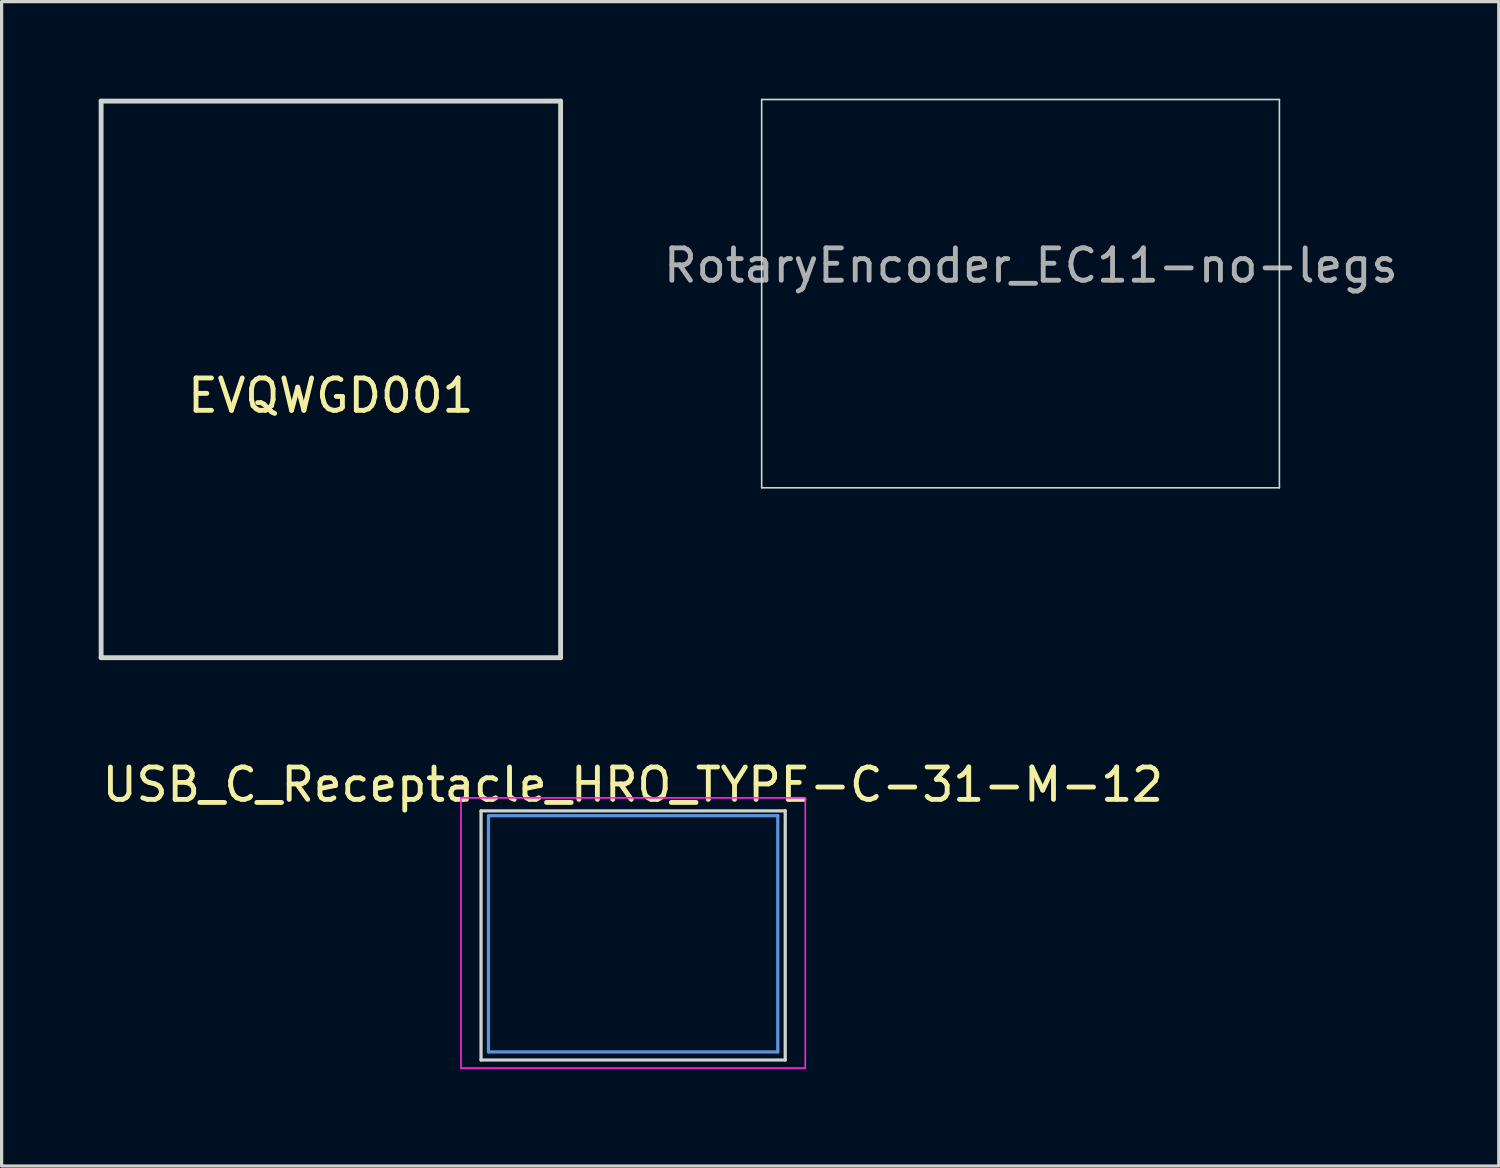
<source format=kicad_pcb>
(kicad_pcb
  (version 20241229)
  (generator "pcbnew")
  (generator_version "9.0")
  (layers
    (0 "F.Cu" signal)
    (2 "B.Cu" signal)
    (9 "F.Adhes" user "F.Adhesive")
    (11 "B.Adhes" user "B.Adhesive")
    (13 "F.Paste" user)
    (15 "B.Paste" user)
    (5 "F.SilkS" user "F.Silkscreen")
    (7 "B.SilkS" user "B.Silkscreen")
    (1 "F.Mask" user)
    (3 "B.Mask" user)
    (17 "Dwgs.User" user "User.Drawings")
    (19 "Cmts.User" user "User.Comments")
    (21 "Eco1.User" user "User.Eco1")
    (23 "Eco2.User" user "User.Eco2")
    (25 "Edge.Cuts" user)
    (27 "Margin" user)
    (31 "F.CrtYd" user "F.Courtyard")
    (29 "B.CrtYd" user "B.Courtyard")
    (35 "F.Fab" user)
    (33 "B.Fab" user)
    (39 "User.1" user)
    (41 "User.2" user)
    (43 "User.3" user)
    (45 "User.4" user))
  (footprint "RotaryEncoder_EC11-no-legs"
    (layer "F.Cu")
    (at 28.488 6.025)
    (property "Reference" "RotaryEncoder_EC11-no-legs" (at 0.32 -0.87 0) (layer "F.Fab") (effects (font (size 1 1) (thickness 0.15))))
    (attr through_hole)
    (fp_line (start -8 -6) (end -8 6) (stroke (width 0.05) (type solid)) (layer "Edge.Cuts"))
    (fp_line (start -8 -6) (end 8 -6) (stroke (width 0.05) (type solid)) (layer "Edge.Cuts"))
    (fp_line (start 8 6) (end -8 6) (stroke (width 0.05) (type solid)) (layer "Edge.Cuts"))
    (fp_line (start 8 6) (end 8 -6) (stroke (width 0.05) (type solid)) (layer "Edge.Cuts")))
  (footprint "USB_C_Receptacle_HRO_TYPE-C-31-M-12"
    (layer "F.Cu")
    (at 16.516 25.808)
    (property "Reference" "USB_C_Receptacle_HRO_TYPE-C-31-M-12" (at -0.01 -4.61 180) (layer "F.SilkS") (effects (font (size 1 1) (thickness 0.15))))
    (attr smd)
    (fp_line (start -4.47 -3.65) (end -4.47 3.65) (stroke (width 0.1) (type solid)) (layer "Cmts.User"))
    (fp_line (start -4.47 -3.65) (end 4.47 -3.65) (stroke (width 0.1) (type solid)) (layer "Cmts.User"))
    (fp_line (start -4.47 3.65) (end 4.47 3.65) (stroke (width 0.1) (type solid)) (layer "Cmts.User"))
    (fp_line (start 4.47 -3.65) (end 4.47 3.65) (stroke (width 0.1) (type solid)) (layer "Cmts.User"))
    (fp_line (start -4.7 -3.8) (end -4.7 3.9) (stroke (width 0.1) (type solid)) (layer "Edge.Cuts"))
    (fp_line (start -4.7 -3.8) (end 4.7 -3.8) (stroke (width 0.1) (type solid)) (layer "Edge.Cuts"))
    (fp_line (start -4.7 3.9) (end 4.7 3.9) (stroke (width 0.1) (type solid)) (layer "Edge.Cuts"))
    (fp_line (start 4.7 -3.8) (end 4.7 3.9) (stroke (width 0.1) (type solid)) (layer "Edge.Cuts"))
    (fp_line (start -5.32 -4.2) (end -5.32 4.15) (stroke (width 0.05) (type solid)) (layer "F.CrtYd"))
    (fp_line (start -5.32 -4.2) (end 5.32 -4.2) (stroke (width 0.05) (type solid)) (layer "F.CrtYd"))
    (fp_line (start -5.32 4.15) (end 5.32 4.15) (stroke (width 0.05) (type solid)) (layer "F.CrtYd"))
    (fp_line (start 5.32 -4.2) (end 5.32 4.15) (stroke (width 0.05) (type solid)) (layer "F.CrtYd")))
  (footprint "EVQWGD001"
    (layer "F.Cu")
    (at 7.175 8.675)
    (property "Reference" "EVQWGD001" (at 0 0.5 0) (layer "F.SilkS") (effects (font (size 1 1) (thickness 0.15))))
    (attr through_hole)
    (fp_line (start -7.1 -8.6) (end -7.1 8.6) (stroke (width 0.15) (type solid)) (layer "Edge.Cuts"))
    (fp_line (start -7.1 -8.6) (end 7.1 -8.6) (stroke (width 0.15) (type solid)) (layer "Edge.Cuts"))
    (fp_line (start -7.1 8.6) (end 7.1 8.6) (stroke (width 0.15) (type solid)) (layer "Edge.Cuts"))
    (fp_line (start 7.1 -8.6) (end 7.1 8.6) (stroke (width 0.15) (type solid)) (layer "Edge.Cuts")))
  (gr_rect
    (start -3 -3)
    (end 43.267 32.983)
    (stroke (width 0.1) (type default))
    (fill no)
    (layer "Edge.Cuts")))
</source>
